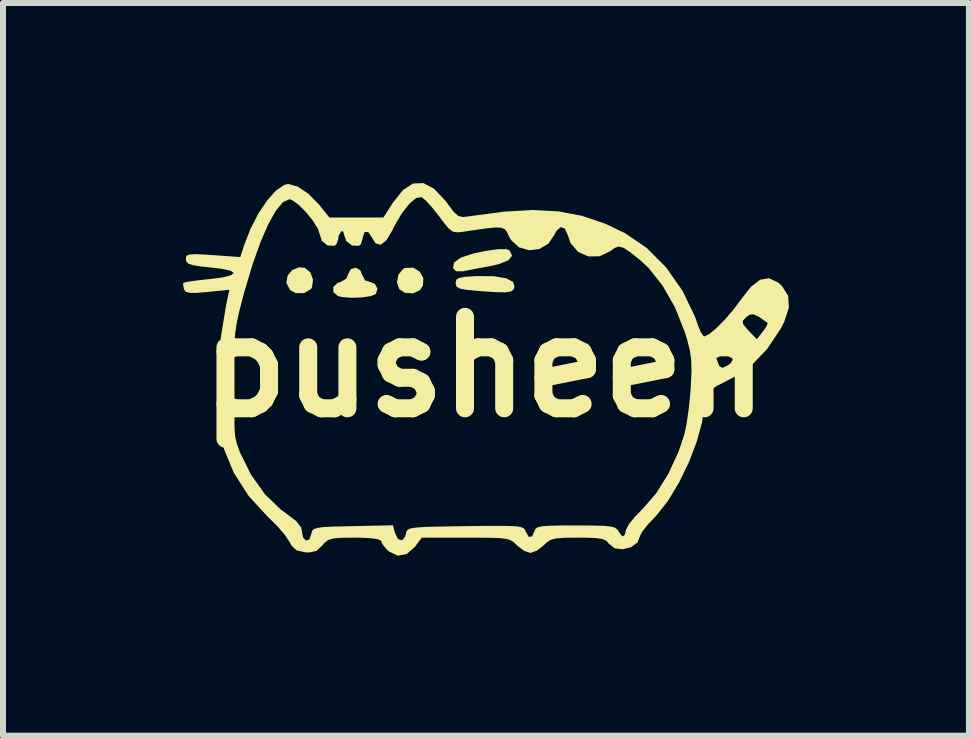
<source format=kicad_pcb>
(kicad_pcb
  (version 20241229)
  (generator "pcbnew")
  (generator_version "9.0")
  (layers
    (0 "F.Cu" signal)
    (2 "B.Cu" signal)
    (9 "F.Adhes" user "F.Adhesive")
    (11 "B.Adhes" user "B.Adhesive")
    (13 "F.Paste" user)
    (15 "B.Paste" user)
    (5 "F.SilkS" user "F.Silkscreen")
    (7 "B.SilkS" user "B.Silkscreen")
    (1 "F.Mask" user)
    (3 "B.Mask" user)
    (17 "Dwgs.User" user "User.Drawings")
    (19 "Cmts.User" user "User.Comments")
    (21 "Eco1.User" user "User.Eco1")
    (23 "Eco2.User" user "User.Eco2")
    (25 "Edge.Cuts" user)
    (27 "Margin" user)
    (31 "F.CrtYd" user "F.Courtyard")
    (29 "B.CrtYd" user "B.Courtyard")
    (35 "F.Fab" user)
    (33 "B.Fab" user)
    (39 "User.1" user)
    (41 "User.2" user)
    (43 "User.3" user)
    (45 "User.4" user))
  (footprint "pusheen"
    (layer "F.Cu")
    (at 5.025 3.064)
    (property "Reference" "pusheen" (at 0 0 0) (layer "F.SilkS") (effects (font (size 1.524 1.524) (thickness 0.3))))
    (attr through_hole)
    (fp_poly (pts (xy -2.995 -1.65) (xy -2.903 -1.575) (xy -2.859 -1.452) (xy -2.876 -1.327) (xy -2.896 -1.295) (xy -3.007 -1.23) (xy -3.144 -1.229) (xy -3.241 -1.28) (xy -3.302 -1.397) (xy -3.284 -1.518) (xy -3.206 -1.615) (xy -3.087 -1.661)) (stroke (width 0) (type solid)) (fill yes) (layer "F.SilkS"))
    (fp_poly (pts (xy -1.079 -1.586) (xy -1.02 -1.477) (xy -1.028 -1.355) (xy -1.077 -1.28) (xy -1.194 -1.225) (xy -1.331 -1.236) (xy -1.422 -1.295) (xy -1.461 -1.41) (xy -1.435 -1.539) (xy -1.357 -1.634) (xy -1.323 -1.65) (xy -1.186 -1.653)) (stroke (width 0) (type solid)) (fill yes) (layer "F.SilkS"))
    (fp_poly (pts (xy 0.368 -1.961) (xy 0.417 -1.94) (xy 0.457 -1.854) (xy 0.398 -1.778) (xy 0.243 -1.714) (xy 0.093 -1.68) (xy -0.099 -1.645) (xy -0.269 -1.612) (xy -0.361 -1.594) (xy -0.477 -1.594) (xy -0.525 -1.646) (xy -0.511 -1.738) (xy -0.399 -1.82) (xy -0.189 -1.89) (xy 0.017 -1.933) (xy 0.235 -1.963)) (stroke (width 0) (type solid)) (fill yes) (layer "F.SilkS"))
    (fp_poly (pts (xy 0.158 -1.511) (xy 0.36 -1.477) (xy 0.475 -1.415) (xy 0.498 -1.333) (xy 0.48 -1.285) (xy 0.436 -1.256) (xy 0.347 -1.243) (xy 0.198 -1.245) (xy -0.031 -1.26) (xy -0.102 -1.266) (xy -0.297 -1.284) (xy -0.412 -1.305) (xy -0.467 -1.337) (xy -0.482 -1.387) (xy -0.483 -1.397) (xy -0.472 -1.451) (xy -0.426 -1.483) (xy -0.323 -1.502) (xy -0.142 -1.513) (xy -0.123 -1.513)) (stroke (width 0) (type solid)) (fill yes) (layer "F.SilkS"))
    (fp_poly (pts (xy -2.069 -1.608) (xy -2.041 -1.537) (xy -1.991 -1.441) (xy -1.925 -1.422) (xy -1.831 -1.386) (xy -1.785 -1.304) (xy -1.811 -1.217) (xy -1.815 -1.213) (xy -1.899 -1.179) (xy -2.045 -1.158) (xy -2.214 -1.152) (xy -2.369 -1.163) (xy -2.445 -1.181) (xy -2.521 -1.247) (xy -2.521 -1.332) (xy -2.451 -1.399) (xy -2.403 -1.413) (xy -2.303 -1.472) (xy -2.276 -1.54) (xy -2.228 -1.631) (xy -2.145 -1.653)) (stroke (width 0) (type solid)) (fill yes) (layer "F.SilkS"))
    (fp_poly (pts (xy -0.845 -2.971) (xy -0.66 -2.777) (xy -0.615 -2.717) (xy -0.515 -2.584) (xy -0.44 -2.516) (xy -0.361 -2.498) (xy -0.243 -2.511) (xy -0.234 -2.513) (xy 0.319 -2.587) (xy 0.801 -2.615) (xy 1.229 -2.592) (xy 1.622 -2.518) (xy 2 -2.391) (xy 2.34 -2.229) (xy 2.701 -1.983) (xy 3.026 -1.656) (xy 3.299 -1.267) (xy 3.507 -0.833) (xy 3.554 -0.699) (xy 3.603 -0.578) (xy 3.649 -0.512) (xy 3.66 -0.508) (xy 3.741 -0.546) (xy 3.863 -0.647) (xy 3.983 -0.769) (xy 4.303 -0.769) (xy 4.305 -0.716) (xy 4.371 -0.634) (xy 4.4 -0.603) (xy 4.536 -0.462) (xy 4.636 -0.589) (xy 4.699 -0.68) (xy 4.718 -0.73) (xy 4.717 -0.731) (xy 4.573 -0.834) (xy 4.479 -0.877) (xy 4.409 -0.867) (xy 4.358 -0.828) (xy 4.303 -0.769) (xy 3.983 -0.769) (xy 4.007 -0.792) (xy 4.152 -0.963) (xy 4.269 -1.12) (xy 4.438 -1.335) (xy 4.592 -1.453) (xy 4.738 -1.478) (xy 4.884 -1.411) (xy 4.955 -1.349) (xy 5.058 -1.185) (xy 5.07 -0.986) (xy 4.991 -0.747) (xy 4.932 -0.635) (xy 4.707 -0.298) (xy 4.461 -0.04) (xy 4.175 0.159) (xy 4.078 0.21) (xy 3.88 0.311) (xy 3.757 0.387) (xy 3.691 0.456) (xy 3.664 0.535) (xy 3.658 0.636) (xy 3.625 0.916) (xy 3.536 1.243) (xy 3.403 1.591) (xy 3.238 1.93) (xy 3.054 2.235) (xy 2.862 2.476) (xy 2.841 2.498) (xy 2.716 2.632) (xy 2.626 2.745) (xy 2.591 2.813) (xy 2.591 2.814) (xy 2.547 2.926) (xy 2.44 3.004) (xy 2.301 3.039) (xy 2.167 3.022) (xy 2.071 2.946) (xy 2.029 2.897) (xy 1.962 2.867) (xy 1.848 2.851) (xy 1.665 2.845) (xy 1.556 2.845) (xy 1.336 2.847) (xy 1.192 2.858) (xy 1.099 2.882) (xy 1.031 2.927) (xy 0.986 2.972) (xy 0.875 3.06) (xy 0.766 3.099) (xy 0.762 3.099) (xy 0.655 3.063) (xy 0.543 2.977) (xy 0.538 2.972) (xy 0.488 2.922) (xy 0.434 2.888) (xy 0.359 2.865) (xy 0.243 2.852) (xy 0.069 2.847) (xy -0.181 2.845) (xy -0.314 2.845) (xy -1.048 2.845) (xy -1.16 2.997) (xy -1.298 3.119) (xy -1.449 3.145) (xy -1.598 3.073) (xy -1.626 3.048) (xy -1.7 2.957) (xy -1.727 2.896) (xy -1.775 2.871) (xy -1.907 2.853) (xy -2.105 2.845) (xy -2.164 2.845) (xy -2.379 2.847) (xy -2.517 2.858) (xy -2.604 2.883) (xy -2.664 2.928) (xy -2.704 2.975) (xy -2.801 3.066) (xy -2.924 3.092) (xy -2.99 3.089) (xy -3.131 3.058) (xy -3.218 2.976) (xy -3.251 2.915) (xy -3.326 2.802) (xy -3.453 2.655) (xy -3.606 2.503) (xy -3.618 2.492) (xy -3.932 2.15) (xy -4.181 1.761) (xy -4.341 1.372) (xy -4.418 1) (xy -4.45 0.604) (xy -4.186 0.604) (xy -4.182 0.846) (xy -4.172 1.027) (xy -4.155 1.165) (xy -4.128 1.28) (xy -4.089 1.391) (xy -4.075 1.428) (xy -3.892 1.796) (xy -3.662 2.119) (xy -3.403 2.371) (xy -3.314 2.436) (xy -3.141 2.567) (xy -3.058 2.675) (xy -3.048 2.72) (xy -3.026 2.84) (xy -2.975 2.894) (xy -2.92 2.874) (xy -2.886 2.781) (xy -2.876 2.735) (xy -2.848 2.703) (xy -2.786 2.682) (xy -2.675 2.668) (xy -2.497 2.66) (xy -2.236 2.654) (xy -2.198 2.653) (xy -1.527 2.639) (xy -1.494 2.767) (xy -1.442 2.869) (xy -1.375 2.889) (xy -1.322 2.826) (xy -1.312 2.781) (xy -1.303 2.742) (xy -1.282 2.712) (xy -1.235 2.691) (xy -1.148 2.677) (xy -1.007 2.667) (xy -0.799 2.661) (xy -0.511 2.656) (xy -0.321 2.653) (xy 0.016 2.649) (xy 0.266 2.648) (xy 0.441 2.651) (xy 0.557 2.659) (xy 0.626 2.675) (xy 0.663 2.698) (xy 0.681 2.73) (xy 0.685 2.742) (xy 0.736 2.832) (xy 0.791 2.824) (xy 0.828 2.743) (xy 0.845 2.702) (xy 0.882 2.673) (xy 0.957 2.656) (xy 1.086 2.646) (xy 1.285 2.642) (xy 1.517 2.642) (xy 1.789 2.643) (xy 1.977 2.647) (xy 2.099 2.659) (xy 2.172 2.679) (xy 2.214 2.711) (xy 2.238 2.748) (xy 2.293 2.824) (xy 2.332 2.804) (xy 2.36 2.705) (xy 2.405 2.62) (xy 2.506 2.495) (xy 2.639 2.36) (xy 2.86 2.105) (xy 3.063 1.778) (xy 3.233 1.41) (xy 3.33 1.118) (xy 3.367 0.94) (xy 3.401 0.701) (xy 3.428 0.441) (xy 3.435 0.33) (xy 3.447 0.079) (xy 3.443 -0.11) (xy 3.42 -0.275) (xy 3.412 -0.308) (xy 3.839 -0.308) (xy 3.85 -0.196) (xy 3.865 -0.136) (xy 3.909 -0.015) (xy 3.965 0.017) (xy 4.06 -0.033) (xy 4.102 -0.064) (xy 4.134 -0.12) (xy 4.105 -0.211) (xy 4.078 -0.26) (xy 4.008 -0.367) (xy 3.955 -0.4) (xy 3.889 -0.374) (xy 3.875 -0.365) (xy 3.839 -0.308) (xy 3.412 -0.308) (xy 3.375 -0.455) (xy 3.333 -0.588) (xy 3.173 -0.99) (xy 2.968 -1.351) (xy 2.733 -1.649) (xy 2.585 -1.786) (xy 2.421 -1.915) (xy 2.313 -1.986) (xy 2.236 -2.006) (xy 2.168 -1.983) (xy 2.101 -1.934) (xy 1.917 -1.844) (xy 1.728 -1.841) (xy 1.559 -1.916) (xy 1.434 -2.06) (xy 1.389 -2.188) (xy 1.338 -2.305) (xy 1.265 -2.33) (xy 1.192 -2.26) (xy 1.169 -2.212) (xy 1.064 -2.055) (xy 0.912 -1.965) (xy 0.739 -1.944) (xy 0.573 -1.993) (xy 0.441 -2.114) (xy 0.406 -2.175) (xy 0.372 -2.248) (xy 0.335 -2.296) (xy 0.276 -2.32) (xy 0.178 -2.324) (xy 0.024 -2.308) (xy -0.205 -2.275) (xy -0.337 -2.255) (xy -0.449 -2.242) (xy -0.528 -2.254) (xy -0.6 -2.308) (xy -0.691 -2.419) (xy -0.76 -2.512) (xy -0.878 -2.661) (xy -0.983 -2.775) (xy -1.053 -2.831) (xy -1.054 -2.831) (xy -1.141 -2.814) (xy -1.253 -2.719) (xy -1.376 -2.563) (xy -1.495 -2.363) (xy -1.539 -2.273) (xy -1.637 -2.109) (xy -1.732 -2.036) (xy -1.818 -2.059) (xy -1.881 -2.162) (xy -1.941 -2.25) (xy -2.001 -2.245) (xy -2.032 -2.153) (xy -2.032 -2.135) (xy -2.062 -2.044) (xy -2.095 -2.018) (xy -2.209 -2.023) (xy -2.304 -2.096) (xy -2.337 -2.189) (xy -2.357 -2.258) (xy -2.388 -2.261) (xy -2.431 -2.189) (xy -2.438 -2.135) (xy -2.468 -2.044) (xy -2.502 -2.018) (xy -2.616 -2.023) (xy -2.71 -2.098) (xy -2.744 -2.199) (xy -2.778 -2.303) (xy -2.864 -2.441) (xy -2.981 -2.584) (xy -3.104 -2.707) (xy -3.212 -2.782) (xy -3.254 -2.794) (xy -3.361 -2.745) (xy -3.479 -2.603) (xy -3.606 -2.376) (xy -3.738 -2.07) (xy -3.871 -1.694) (xy -4.002 -1.255) (xy -4.023 -1.178) (xy -4.083 -0.948) (xy -4.125 -0.758) (xy -4.154 -0.58) (xy -4.171 -0.39) (xy -4.181 -0.16) (xy -4.185 0.135) (xy -4.186 0.279) (xy -4.186 0.604) (xy -4.45 0.604) (xy -4.454 0.556) (xy -4.447 0.06) (xy -4.399 -0.471) (xy -4.31 -1.014) (xy -4.285 -1.138) (xy -4.253 -1.285) (xy -4.616 -1.249) (xy -4.81 -1.233) (xy -4.925 -1.235) (xy -4.986 -1.258) (xy -5.01 -1.294) (xy -5.025 -1.377) (xy -5.017 -1.401) (xy -4.958 -1.417) (xy -4.824 -1.437) (xy -4.641 -1.458) (xy -4.595 -1.462) (xy -4.363 -1.492) (xy -4.225 -1.528) (xy -4.181 -1.566) (xy -4.235 -1.603) (xy -4.387 -1.636) (xy -4.506 -1.65) (xy -4.727 -1.674) (xy -4.866 -1.696) (xy -4.942 -1.723) (xy -4.973 -1.762) (xy -4.978 -1.809) (xy -4.968 -1.85) (xy -4.925 -1.872) (xy -4.829 -1.879) (xy -4.662 -1.872) (xy -4.525 -1.863) (xy -4.071 -1.83) (xy -4.01 -2.02) (xy -3.901 -2.301) (xy -3.767 -2.559) (xy -3.62 -2.779) (xy -3.472 -2.942) (xy -3.336 -3.034) (xy -3.27 -3.048) (xy -3.114 -3.005) (xy -2.937 -2.886) (xy -2.761 -2.707) (xy -2.754 -2.698) (xy -2.586 -2.489) (xy -1.687 -2.489) (xy -1.527 -2.738) (xy -1.361 -2.947) (xy -1.193 -3.056) (xy -1.022 -3.064)) (stroke (width 0) (type solid)) (fill yes) (layer "F.SilkS")))
  (gr_rect
    (start -3 -3)
    (end 13.095 9.209)
    (stroke (width 0.1) (type default))
    (fill no)
    (layer "Edge.Cuts")))
</source>
